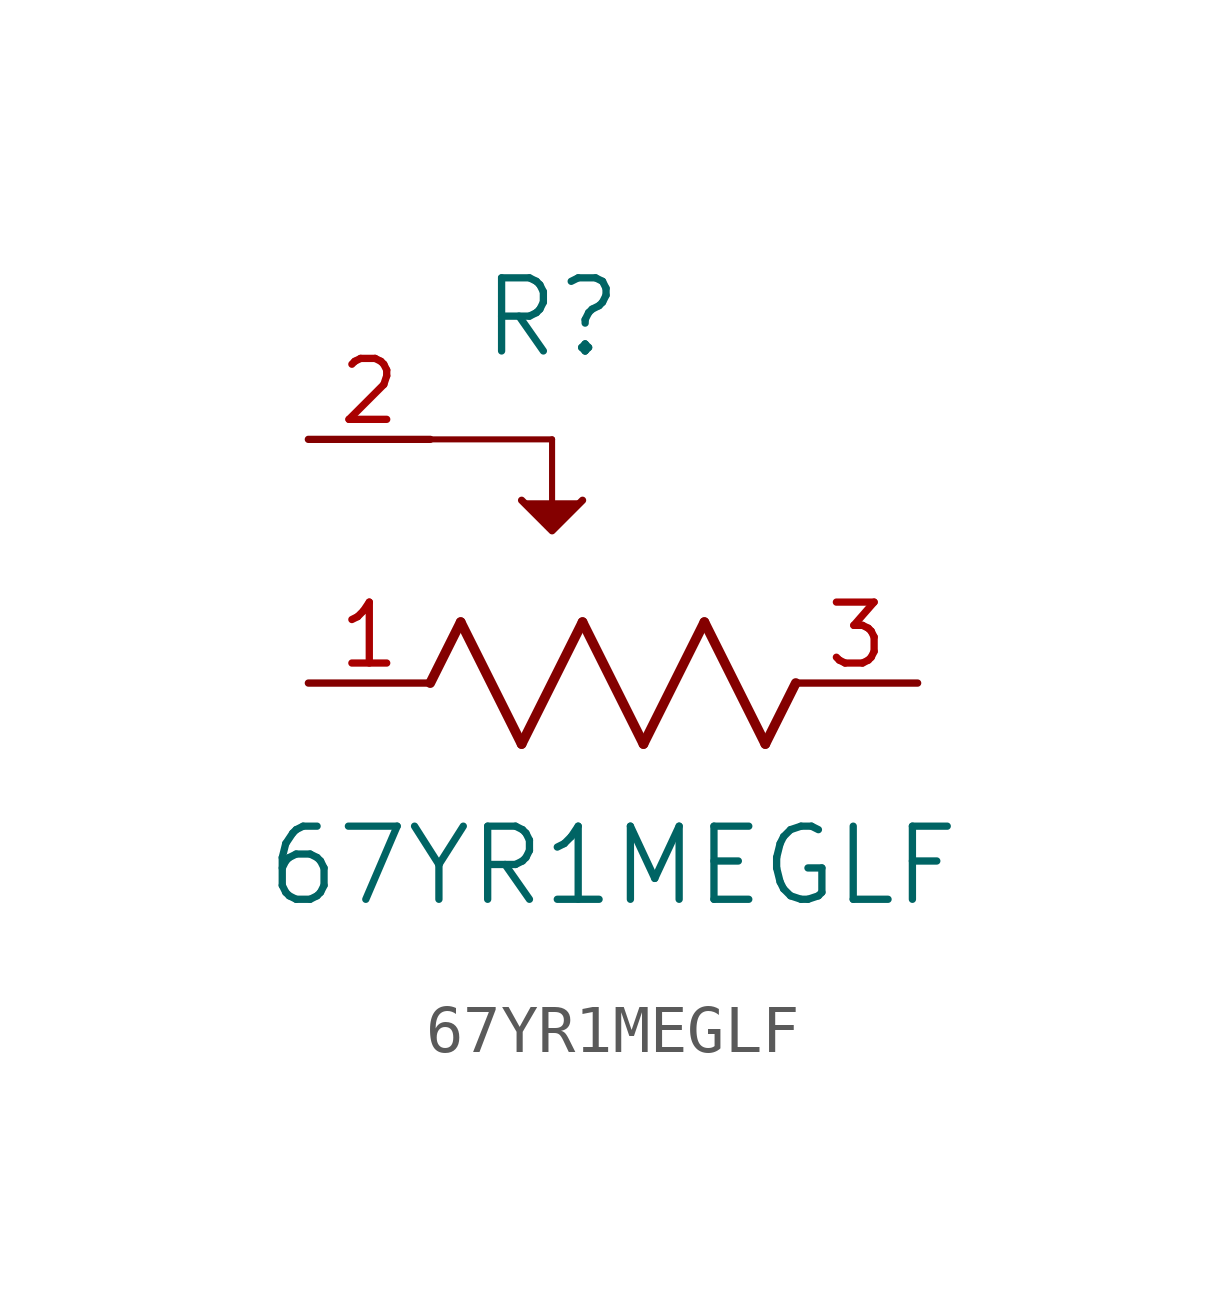
<source format=kicad_sym>
(kicad_symbol_lib
  (version 20211014)
  (generator kicad_symbol_editor)
  (symbol "67YR1MEGLF"
    (pin_names
      (offset 0.254))
    (property "Reference" "R"
      (at 5.08 7.62 0)
      (effects (font (size 1.524 1.524))))
    (property "Value" "67YR1MEGLF"
      (at 6.35 -3.81 0)
      (effects (font (size 1.524 1.524))))
    (symbol "67YR1MEGLF_0_1"
      (polyline (pts (xy 3.175 1.27) (xy 4.445 -1.27)) (stroke (width 0.203) (type default) (color 0 0 0 0)) (fill (type none)))
      (polyline (pts (xy 4.445 -1.27) (xy 5.715 1.27)) (stroke (width 0.203) (type default) (color 0 0 0 0)) (fill (type none)))
      (polyline (pts (xy 5.715 1.27) (xy 6.985 -1.27)) (stroke (width 0.203) (type default) (color 0 0 0 0)) (fill (type none)))
      (polyline (pts (xy 6.985 -1.27) (xy 8.255 1.27)) (stroke (width 0.203) (type default) (color 0 0 0 0)) (fill (type none)))
      (polyline (pts (xy 8.255 1.27) (xy 9.525 -1.27)) (stroke (width 0.203) (type default) (color 0 0 0 0)) (fill (type none)))
      (polyline (pts (xy 2.54 0) (xy 3.175 1.27)) (stroke (width 0.203) (type default) (color 0 0 0 0)) (fill (type none)))
      (polyline (pts (xy 9.525 -1.27) (xy 10.16 0)) (stroke (width 0.203) (type default) (color 0 0 0 0)) (fill (type none)))
      (polyline (pts (xy 2.54 5.08) (xy 5.08 5.08)) (stroke (width 0.127) (type default) (color 0 0 0 0)) (fill (type none)))
      (polyline (pts (xy 5.08 5.08) (xy 5.08 3.175)) (stroke (width 0.127) (type default) (color 0 0 0 0)) (fill (type none)))
      (polyline (pts (xy 4.445 3.81) (xy 5.08 3.175) (xy 5.715 3.81)) (stroke (width 0) (type default) (color 0 0 0 0)) (fill (type outline)))
      (pin unspecified line (at 0 0 0) (length 2.54) (name "" (effects (font (size 1.27 1.27)))) (number "1" (effects (font (size 1.27 1.27)))))
      (pin unspecified line (at 0 5.08 0) (length 2.54) (name "" (effects (font (size 1.27 1.27)))) (number "2" (effects (font (size 1.27 1.27)))))
      (pin unspecified line (at 12.7 0 180) (length 2.54) (name "" (effects (font (size 1.27 1.27)))) (number "3" (effects (font (size 1.27 1.27))))))))
</source>
